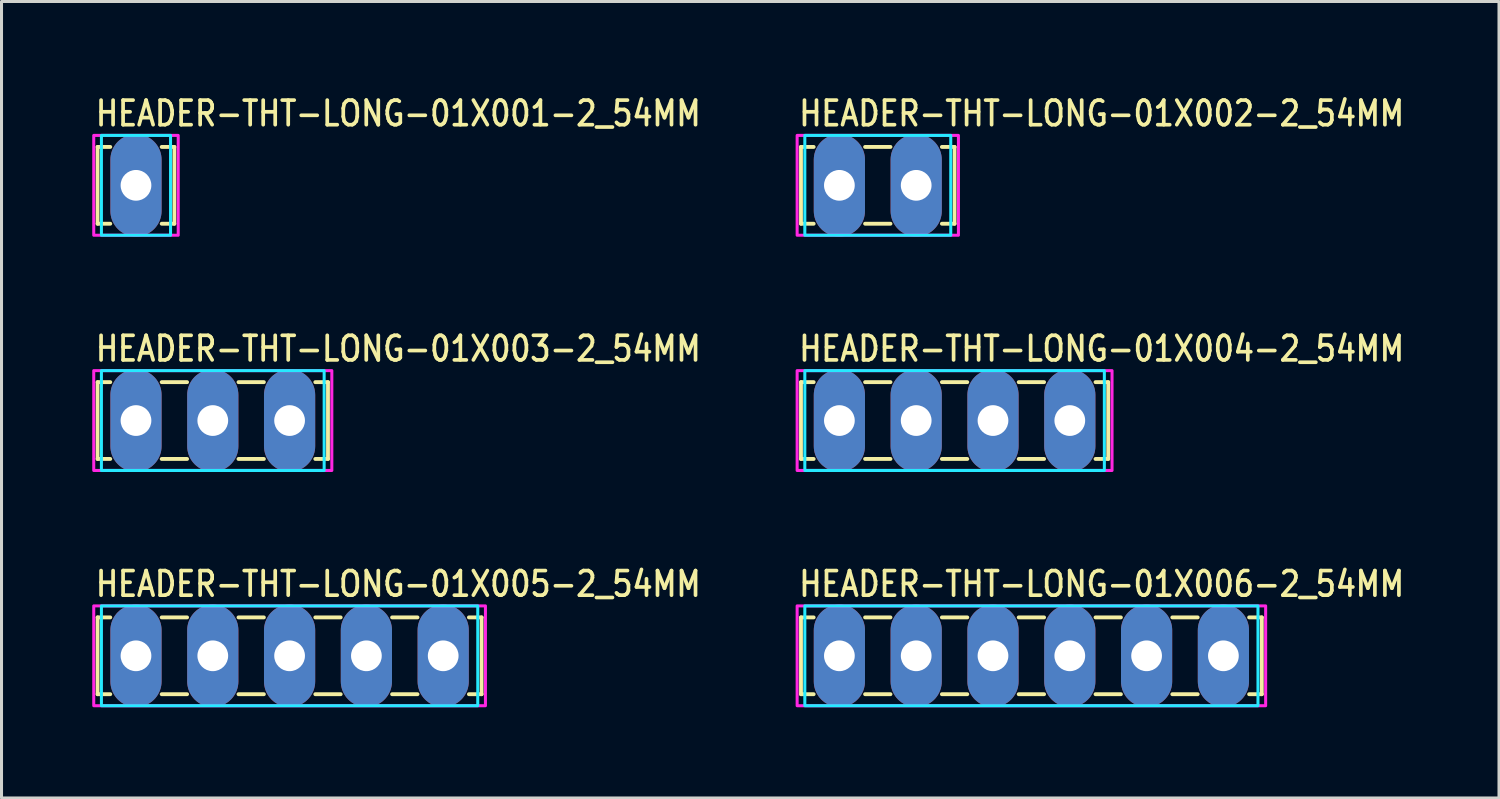
<source format=kicad_pcb>
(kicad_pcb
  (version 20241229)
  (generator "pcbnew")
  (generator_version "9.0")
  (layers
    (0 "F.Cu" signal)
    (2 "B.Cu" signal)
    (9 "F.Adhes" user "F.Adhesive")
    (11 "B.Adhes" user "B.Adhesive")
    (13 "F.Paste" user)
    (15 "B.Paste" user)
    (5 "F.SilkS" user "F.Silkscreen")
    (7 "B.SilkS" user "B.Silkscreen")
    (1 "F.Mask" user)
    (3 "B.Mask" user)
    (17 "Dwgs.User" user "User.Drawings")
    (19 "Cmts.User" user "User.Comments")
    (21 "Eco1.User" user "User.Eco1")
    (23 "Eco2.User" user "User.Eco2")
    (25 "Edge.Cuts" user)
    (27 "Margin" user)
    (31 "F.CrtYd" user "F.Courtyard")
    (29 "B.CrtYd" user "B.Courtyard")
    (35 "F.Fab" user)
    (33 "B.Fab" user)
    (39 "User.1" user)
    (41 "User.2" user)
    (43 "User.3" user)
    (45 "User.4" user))
  (footprint "HEADER-THT-LONG-01X001-2_54MM"
    (layer "F.Cu")
    (at 1.447 3.079)
    (property "Reference" "HEADER-THT-LONG-01X001-2_54MM" (at -1.4 -1.9 0) (unlocked yes) (layer "F.SilkS") (effects (font (size 0.813 0.695) (thickness 0.122)) (justify left bottom)))
    (fp_line (start -1.27 -1.27) (end -1.27 1.27) (stroke (width 0.127) (type solid)) (layer "F.SilkS"))
    (fp_line (start -1.27 1.27) (end -0.85 1.27) (stroke (width 0.127) (type solid)) (layer "F.SilkS"))
    (fp_line (start -0.85 -1.27) (end -1.27 -1.27) (stroke (width 0.127) (type solid)) (layer "F.SilkS"))
    (fp_line (start 0.85 -1.27) (end 1.27 -1.27) (stroke (width 0.127) (type solid)) (layer "F.SilkS"))
    (fp_line (start 1.27 -1.27) (end 1.27 1.27) (stroke (width 0.127) (type solid)) (layer "F.SilkS"))
    (fp_line (start 1.27 1.27) (end 0.85 1.27) (stroke (width 0.127) (type solid)) (layer "F.SilkS"))
    (fp_poly (pts (xy -1.143 -1.651) (xy 1.143 -1.651) (xy 1.143 1.651) (xy -1.143 1.651)) (stroke (width 0.1) (type solid)) (fill no) (layer "B.CrtYd"))
    (fp_poly (pts (xy -1.397 -1.651) (xy 1.397 -1.651) (xy 1.397 1.651) (xy -1.397 1.651)) (stroke (width 0.1) (type solid)) (fill no) (layer "F.CrtYd"))
    (pad "1" thru_hole oval (at 0 0 90) (size 3.387 1.693) (drill 1.016) (layers "*.Cu" "*.Mask")))
  (footprint "HEADER-THT-LONG-01X005-2_54MM"
    (layer "F.Cu")
    (at 1.447 18.638)
    (property "Reference" "HEADER-THT-LONG-01X005-2_54MM" (at -1.4 -1.9 0) (unlocked yes) (layer "F.SilkS") (effects (font (size 0.813 0.695) (thickness 0.122)) (justify left bottom)))
    (fp_line (start -1.27 -1.27) (end -1.27 1.27) (stroke (width 0.127) (type solid)) (layer "F.SilkS"))
    (fp_line (start -1.27 1.27) (end -0.85 1.27) (stroke (width 0.127) (type solid)) (layer "F.SilkS"))
    (fp_line (start -0.85 -1.27) (end -1.27 -1.27) (stroke (width 0.127) (type solid)) (layer "F.SilkS"))
    (fp_line (start 0.85 -1.27) (end 1.69 -1.27) (stroke (width 0.127) (type solid)) (layer "F.SilkS"))
    (fp_line (start 0.85 1.27) (end 1.69 1.27) (stroke (width 0.127) (type solid)) (layer "F.SilkS"))
    (fp_line (start 3.39 -1.27) (end 4.23 -1.27) (stroke (width 0.127) (type solid)) (layer "F.SilkS"))
    (fp_line (start 3.39 1.27) (end 4.23 1.27) (stroke (width 0.127) (type solid)) (layer "F.SilkS"))
    (fp_line (start 5.93 -1.27) (end 6.77 -1.27) (stroke (width 0.127) (type solid)) (layer "F.SilkS"))
    (fp_line (start 5.93 1.27) (end 6.77 1.27) (stroke (width 0.127) (type solid)) (layer "F.SilkS"))
    (fp_line (start 8.47 -1.27) (end 9.31 -1.27) (stroke (width 0.127) (type solid)) (layer "F.SilkS"))
    (fp_line (start 8.47 1.27) (end 9.31 1.27) (stroke (width 0.127) (type solid)) (layer "F.SilkS"))
    (fp_line (start 11.01 -1.27) (end 11.43 -1.27) (stroke (width 0.127) (type solid)) (layer "F.SilkS"))
    (fp_line (start 11.43 -1.27) (end 11.43 1.27) (stroke (width 0.127) (type solid)) (layer "F.SilkS"))
    (fp_line (start 11.43 1.27) (end 11.01 1.27) (stroke (width 0.127) (type solid)) (layer "F.SilkS"))
    (fp_poly (pts (xy -1.143 -1.651) (xy 11.303 -1.651) (xy 11.303 1.651) (xy -1.143 1.651)) (stroke (width 0.1) (type solid)) (fill no) (layer "B.CrtYd"))
    (fp_poly (pts (xy -1.397 -1.651) (xy 11.557 -1.651) (xy 11.557 1.651) (xy -1.397 1.651)) (stroke (width 0.1) (type solid)) (fill no) (layer "F.CrtYd"))
    (pad "P$1" thru_hole oval (at 0 0 90) (size 3.387 1.693) (drill 1.016) (layers "*.Cu" "*.Mask"))
    (pad "P$2" thru_hole oval (at 2.54 0 90) (size 3.387 1.693) (drill 1.016) (layers "*.Cu" "*.Mask"))
    (pad "P$3" thru_hole oval (at 5.08 0 90) (size 3.387 1.693) (drill 1.016) (layers "*.Cu" "*.Mask"))
    (pad "P$4" thru_hole oval (at 7.62 0 90) (size 3.387 1.693) (drill 1.016) (layers "*.Cu" "*.Mask"))
    (pad "P$5" thru_hole oval (at 10.16 0 90) (size 3.387 1.693) (drill 1.016) (layers "*.Cu" "*.Mask")))
  (footprint "HEADER-THT-LONG-01X003-2_54MM"
    (layer "F.Cu")
    (at 1.447 10.858)
    (property "Reference" "HEADER-THT-LONG-01X003-2_54MM" (at -1.4 -1.9 0) (unlocked yes) (layer "F.SilkS") (effects (font (size 0.813 0.695) (thickness 0.122)) (justify left bottom)))
    (fp_line (start -1.27 -1.27) (end -1.27 1.27) (stroke (width 0.127) (type solid)) (layer "F.SilkS"))
    (fp_line (start -1.27 1.27) (end -0.85 1.27) (stroke (width 0.127) (type solid)) (layer "F.SilkS"))
    (fp_line (start -0.85 -1.27) (end -1.27 -1.27) (stroke (width 0.127) (type solid)) (layer "F.SilkS"))
    (fp_line (start 0.85 -1.27) (end 1.69 -1.27) (stroke (width 0.127) (type solid)) (layer "F.SilkS"))
    (fp_line (start 0.85 1.27) (end 1.69 1.27) (stroke (width 0.127) (type solid)) (layer "F.SilkS"))
    (fp_line (start 3.39 -1.27) (end 4.23 -1.27) (stroke (width 0.127) (type solid)) (layer "F.SilkS"))
    (fp_line (start 3.39 1.27) (end 4.23 1.27) (stroke (width 0.127) (type solid)) (layer "F.SilkS"))
    (fp_line (start 5.93 -1.27) (end 6.35 -1.27) (stroke (width 0.127) (type solid)) (layer "F.SilkS"))
    (fp_line (start 6.35 -1.27) (end 6.35 1.27) (stroke (width 0.127) (type solid)) (layer "F.SilkS"))
    (fp_line (start 6.35 1.27) (end 5.93 1.27) (stroke (width 0.127) (type solid)) (layer "F.SilkS"))
    (fp_poly (pts (xy -1.143 -1.651) (xy 6.223 -1.651) (xy 6.223 1.651) (xy -1.143 1.651)) (stroke (width 0.1) (type solid)) (fill no) (layer "B.CrtYd"))
    (fp_poly (pts (xy -1.397 -1.651) (xy 6.477 -1.651) (xy 6.477 1.651) (xy -1.397 1.651)) (stroke (width 0.1) (type solid)) (fill no) (layer "F.CrtYd"))
    (pad "1" thru_hole oval (at 0 0 90) (size 3.387 1.693) (drill 1.016) (layers "*.Cu" "*.Mask"))
    (pad "2" thru_hole oval (at 2.54 0 90) (size 3.387 1.693) (drill 1.016) (layers "*.Cu" "*.Mask"))
    (pad "3" thru_hole oval (at 5.08 0 90) (size 3.387 1.693) (drill 1.016) (layers "*.Cu" "*.Mask")))
  (footprint "HEADER-THT-LONG-01X004-2_54MM"
    (layer "F.Cu")
    (at 24.709 10.858)
    (property "Reference" "HEADER-THT-LONG-01X004-2_54MM" (at -1.4 -1.9 0) (unlocked yes) (layer "F.SilkS") (effects (font (size 0.813 0.695) (thickness 0.122)) (justify left bottom)))
    (fp_line (start -1.27 -1.27) (end -1.27 1.27) (stroke (width 0.127) (type solid)) (layer "F.SilkS"))
    (fp_line (start -1.27 1.27) (end -0.85 1.27) (stroke (width 0.127) (type solid)) (layer "F.SilkS"))
    (fp_line (start -0.85 -1.27) (end -1.27 -1.27) (stroke (width 0.127) (type solid)) (layer "F.SilkS"))
    (fp_line (start 0.85 -1.27) (end 1.69 -1.27) (stroke (width 0.127) (type solid)) (layer "F.SilkS"))
    (fp_line (start 0.85 1.27) (end 1.69 1.27) (stroke (width 0.127) (type solid)) (layer "F.SilkS"))
    (fp_line (start 3.39 -1.27) (end 4.23 -1.27) (stroke (width 0.127) (type solid)) (layer "F.SilkS"))
    (fp_line (start 3.39 1.27) (end 4.23 1.27) (stroke (width 0.127) (type solid)) (layer "F.SilkS"))
    (fp_line (start 5.93 -1.27) (end 6.77 -1.27) (stroke (width 0.127) (type solid)) (layer "F.SilkS"))
    (fp_line (start 5.93 1.27) (end 6.77 1.27) (stroke (width 0.127) (type solid)) (layer "F.SilkS"))
    (fp_line (start 8.47 -1.27) (end 8.89 -1.27) (stroke (width 0.127) (type solid)) (layer "F.SilkS"))
    (fp_line (start 8.89 -1.27) (end 8.89 1.27) (stroke (width 0.127) (type solid)) (layer "F.SilkS"))
    (fp_line (start 8.89 1.27) (end 8.47 1.27) (stroke (width 0.127) (type solid)) (layer "F.SilkS"))
    (fp_poly (pts (xy -1.143 -1.651) (xy 8.763 -1.651) (xy 8.763 1.651) (xy -1.143 1.651)) (stroke (width 0.1) (type solid)) (fill no) (layer "B.CrtYd"))
    (fp_poly (pts (xy -1.397 -1.651) (xy 9.017 -1.651) (xy 9.017 1.651) (xy -1.397 1.651)) (stroke (width 0.1) (type solid)) (fill no) (layer "F.CrtYd"))
    (pad "1" thru_hole oval (at 0 0 90) (size 3.387 1.693) (drill 1.016) (layers "*.Cu" "*.Mask"))
    (pad "2" thru_hole oval (at 2.54 0 90) (size 3.387 1.693) (drill 1.016) (layers "*.Cu" "*.Mask"))
    (pad "3" thru_hole oval (at 5.08 0 90) (size 3.387 1.693) (drill 1.016) (layers "*.Cu" "*.Mask"))
    (pad "4" thru_hole oval (at 7.62 0 90) (size 3.387 1.693) (drill 1.016) (layers "*.Cu" "*.Mask")))
  (footprint "HEADER-THT-LONG-01X002-2_54MM"
    (layer "F.Cu")
    (at 24.709 3.079)
    (property "Reference" "HEADER-THT-LONG-01X002-2_54MM" (at -1.4 -1.9 0) (unlocked yes) (layer "F.SilkS") (effects (font (size 0.813 0.695) (thickness 0.122)) (justify left bottom)))
    (fp_line (start -1.27 -1.27) (end -1.27 1.27) (stroke (width 0.127) (type solid)) (layer "F.SilkS"))
    (fp_line (start -1.27 1.27) (end -0.85 1.27) (stroke (width 0.127) (type solid)) (layer "F.SilkS"))
    (fp_line (start -0.85 -1.27) (end -1.27 -1.27) (stroke (width 0.127) (type solid)) (layer "F.SilkS"))
    (fp_line (start 0.85 -1.27) (end 1.69 -1.27) (stroke (width 0.127) (type solid)) (layer "F.SilkS"))
    (fp_line (start 0.85 1.27) (end 1.69 1.27) (stroke (width 0.127) (type solid)) (layer "F.SilkS"))
    (fp_line (start 3.39 -1.27) (end 3.81 -1.27) (stroke (width 0.127) (type solid)) (layer "F.SilkS"))
    (fp_line (start 3.81 -1.27) (end 3.81 1.27) (stroke (width 0.127) (type solid)) (layer "F.SilkS"))
    (fp_line (start 3.81 1.27) (end 3.39 1.27) (stroke (width 0.127) (type solid)) (layer "F.SilkS"))
    (fp_poly (pts (xy -1.143 -1.651) (xy 3.683 -1.651) (xy 3.683 1.651) (xy -1.143 1.651)) (stroke (width 0.1) (type solid)) (fill no) (layer "B.CrtYd"))
    (fp_poly (pts (xy -1.397 -1.651) (xy 3.937 -1.651) (xy 3.937 1.651) (xy -1.397 1.651)) (stroke (width 0.1) (type solid)) (fill no) (layer "F.CrtYd"))
    (pad "1" thru_hole oval (at 0 0 90) (size 3.387 1.693) (drill 1.016) (layers "*.Cu" "*.Mask"))
    (pad "2" thru_hole oval (at 2.54 0 90) (size 3.387 1.693) (drill 1.016) (layers "*.Cu" "*.Mask")))
  (footprint "HEADER-THT-LONG-01X006-2_54MM"
    (layer "F.Cu")
    (at 24.709 18.638)
    (property "Reference" "HEADER-THT-LONG-01X006-2_54MM" (at -1.4 -1.9 0) (unlocked yes) (layer "F.SilkS") (effects (font (size 0.813 0.695) (thickness 0.122)) (justify left bottom)))
    (fp_line (start -1.27 -1.27) (end -1.27 1.27) (stroke (width 0.127) (type solid)) (layer "F.SilkS"))
    (fp_line (start -1.27 1.27) (end -0.85 1.27) (stroke (width 0.127) (type solid)) (layer "F.SilkS"))
    (fp_line (start -0.85 -1.27) (end -1.27 -1.27) (stroke (width 0.127) (type solid)) (layer "F.SilkS"))
    (fp_line (start 0.85 -1.27) (end 1.69 -1.27) (stroke (width 0.127) (type solid)) (layer "F.SilkS"))
    (fp_line (start 0.85 1.27) (end 1.69 1.27) (stroke (width 0.127) (type solid)) (layer "F.SilkS"))
    (fp_line (start 3.39 -1.27) (end 4.23 -1.27) (stroke (width 0.127) (type solid)) (layer "F.SilkS"))
    (fp_line (start 3.39 1.27) (end 4.23 1.27) (stroke (width 0.127) (type solid)) (layer "F.SilkS"))
    (fp_line (start 5.93 -1.27) (end 6.77 -1.27) (stroke (width 0.127) (type solid)) (layer "F.SilkS"))
    (fp_line (start 5.93 1.27) (end 6.77 1.27) (stroke (width 0.127) (type solid)) (layer "F.SilkS"))
    (fp_line (start 8.47 -1.27) (end 9.31 -1.27) (stroke (width 0.127) (type solid)) (layer "F.SilkS"))
    (fp_line (start 8.47 1.27) (end 9.31 1.27) (stroke (width 0.127) (type solid)) (layer "F.SilkS"))
    (fp_line (start 11.01 -1.27) (end 11.85 -1.27) (stroke (width 0.127) (type solid)) (layer "F.SilkS"))
    (fp_line (start 11.01 1.27) (end 11.85 1.27) (stroke (width 0.127) (type solid)) (layer "F.SilkS"))
    (fp_line (start 13.55 -1.27) (end 13.97 -1.27) (stroke (width 0.127) (type solid)) (layer "F.SilkS"))
    (fp_line (start 13.97 -1.27) (end 13.97 1.27) (stroke (width 0.127) (type solid)) (layer "F.SilkS"))
    (fp_line (start 13.97 1.27) (end 13.55 1.27) (stroke (width 0.127) (type solid)) (layer "F.SilkS"))
    (fp_poly (pts (xy -1.143 -1.651) (xy 13.843 -1.651) (xy 13.843 1.651) (xy -1.143 1.651)) (stroke (width 0.1) (type solid)) (fill no) (layer "B.CrtYd"))
    (fp_poly (pts (xy -1.397 -1.651) (xy 14.097 -1.651) (xy 14.097 1.651) (xy -1.397 1.651)) (stroke (width 0.1) (type solid)) (fill no) (layer "F.CrtYd"))
    (pad "P$1" thru_hole oval (at 0 0 90) (size 3.387 1.693) (drill 1.016) (layers "*.Cu" "*.Mask"))
    (pad "P$2" thru_hole oval (at 2.54 0 90) (size 3.387 1.693) (drill 1.016) (layers "*.Cu" "*.Mask"))
    (pad "P$3" thru_hole oval (at 5.08 0 90) (size 3.387 1.693) (drill 1.016) (layers "*.Cu" "*.Mask"))
    (pad "P$4" thru_hole oval (at 7.62 0 90) (size 3.387 1.693) (drill 1.016) (layers "*.Cu" "*.Mask"))
    (pad "P$5" thru_hole oval (at 10.16 0 90) (size 3.387 1.693) (drill 1.016) (layers "*.Cu" "*.Mask"))
    (pad "P$6" thru_hole oval (at 12.7 0 90) (size 3.387 1.693) (drill 1.016) (layers "*.Cu" "*.Mask")))
  (gr_rect
    (start -3 -3)
    (end 46.523 23.339)
    (stroke (width 0.1) (type default))
    (fill no)
    (layer "Edge.Cuts")))
</source>
